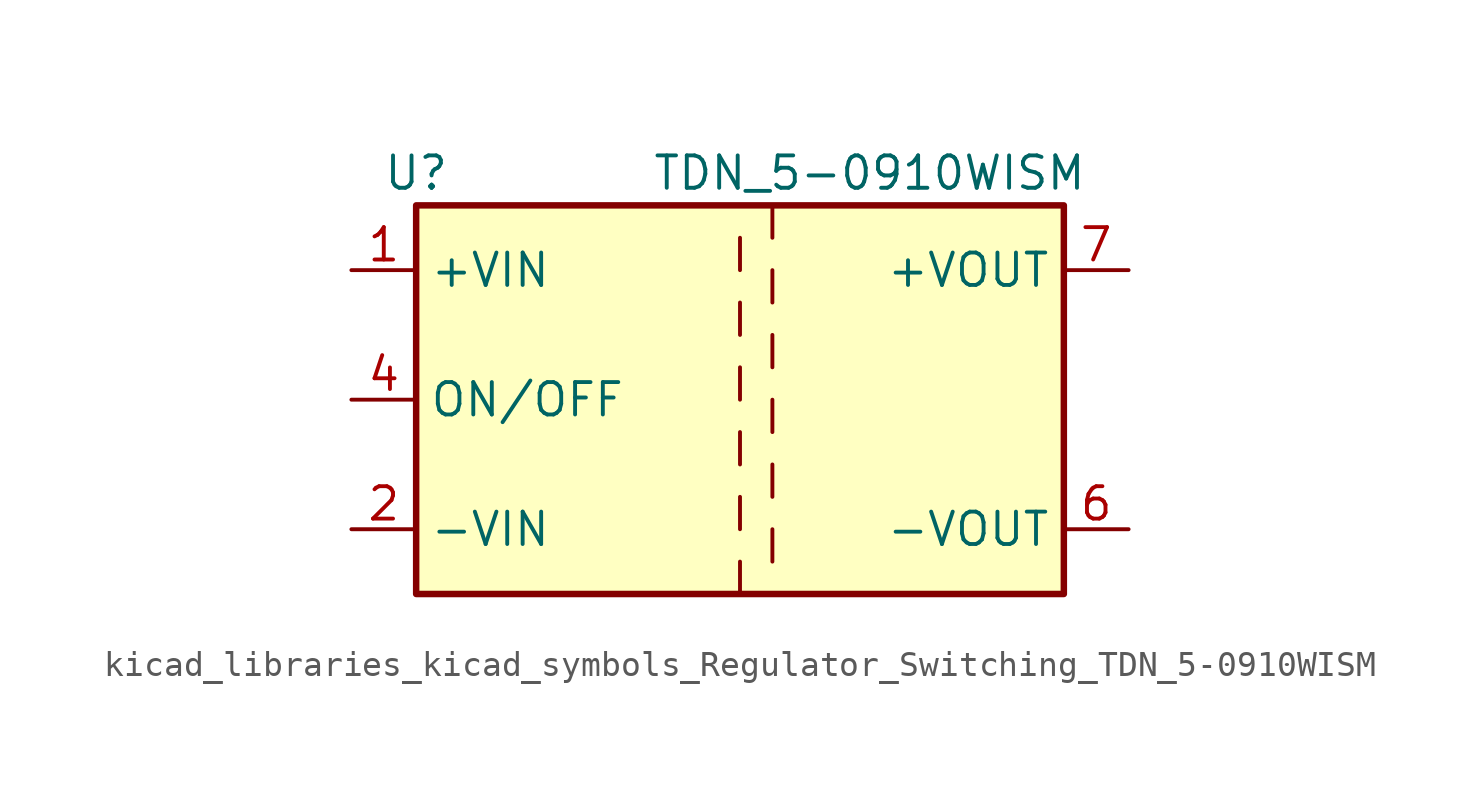
<source format=kicad_sym>
(kicad_symbol_lib
  (version 20220914)
  (generator kicad_symbol_editor)
  (symbol "kicad_libraries_kicad_symbols_Regulator_Switching_TDN_5-0910WISM"
    (property "Reference" "U"
      (at -12.7 8.89 0)
      (effects (font (size 1.27 1.27))))
    (property "Value" "TDN_5-0910WISM"
      (at 5.08 8.89 0)
      (effects (font (size 1.27 1.27))))
    (symbol "kicad_libraries_kicad_symbols_Regulator_Switching_TDN_5-0910WISM_0_1"
      (rectangle (start -12.7 7.62) (end 12.7 -7.62) (stroke (width 0.254) (type default)) (fill (type background))))
    (symbol "kicad_libraries_kicad_symbols_Regulator_Switching_TDN_5-0910WISM_1_1"
      (polyline (pts (xy 0 -6.35) (xy 0 -7.62)) (stroke (width 0) (type default)) (fill (type none)))
      (polyline (pts (xy 0 -3.81) (xy 0 -5.08)) (stroke (width 0) (type default)) (fill (type none)))
      (polyline (pts (xy 0 -1.27) (xy 0 -2.54)) (stroke (width 0) (type default)) (fill (type none)))
      (polyline (pts (xy 0 1.27) (xy 0 0)) (stroke (width 0) (type default)) (fill (type none)))
      (polyline (pts (xy 0 3.81) (xy 0 2.54)) (stroke (width 0) (type default)) (fill (type none)))
      (polyline (pts (xy 0 6.35) (xy 0 5.08)) (stroke (width 0) (type default)) (fill (type none)))
      (polyline (pts (xy 1.27 -5.08) (xy 1.27 -6.35)) (stroke (width 0) (type default)) (fill (type none)))
      (polyline (pts (xy 1.27 -2.54) (xy 1.27 -3.81)) (stroke (width 0) (type default)) (fill (type none)))
      (polyline (pts (xy 1.27 0) (xy 1.27 -1.27)) (stroke (width 0) (type default)) (fill (type none)))
      (polyline (pts (xy 1.27 2.54) (xy 1.27 1.27)) (stroke (width 0) (type default)) (fill (type none)))
      (polyline (pts (xy 1.27 5.08) (xy 1.27 3.81)) (stroke (width 0) (type default)) (fill (type none)))
      (polyline (pts (xy 1.27 7.62) (xy 1.27 6.35)) (stroke (width 0) (type default)) (fill (type none)))
      (pin power_in line (at -15.24 5.08 0) (length 2.54) (name "+VIN" (effects (font (size 1.27 1.27)))) (number "1" (effects (font (size 1.27 1.27)))))
      (pin power_in line (at -15.24 -5.08 0) (length 2.54) (name "-VIN" (effects (font (size 1.27 1.27)))) (number "2" (effects (font (size 1.27 1.27)))))
      (pin input line (at -15.24 0 0) (length 2.54) (name "ON/OFF" (effects (font (size 1.27 1.27)))) (number "4" (effects (font (size 1.27 1.27)))))
      (pin no_connect line (at 12.7 2.54 180) (length 2.54) hide (name "NC" (effects (font (size 1.27 1.27)))) (number "5" (effects (font (size 1.27 1.27)))))
      (pin power_out line (at 15.24 -5.08 180) (length 2.54) (name "-VOUT" (effects (font (size 1.27 1.27)))) (number "6" (effects (font (size 1.27 1.27)))))
      (pin power_out line (at 15.24 5.08 180) (length 2.54) (name "+VOUT" (effects (font (size 1.27 1.27)))) (number "7" (effects (font (size 1.27 1.27))))))))
</source>
